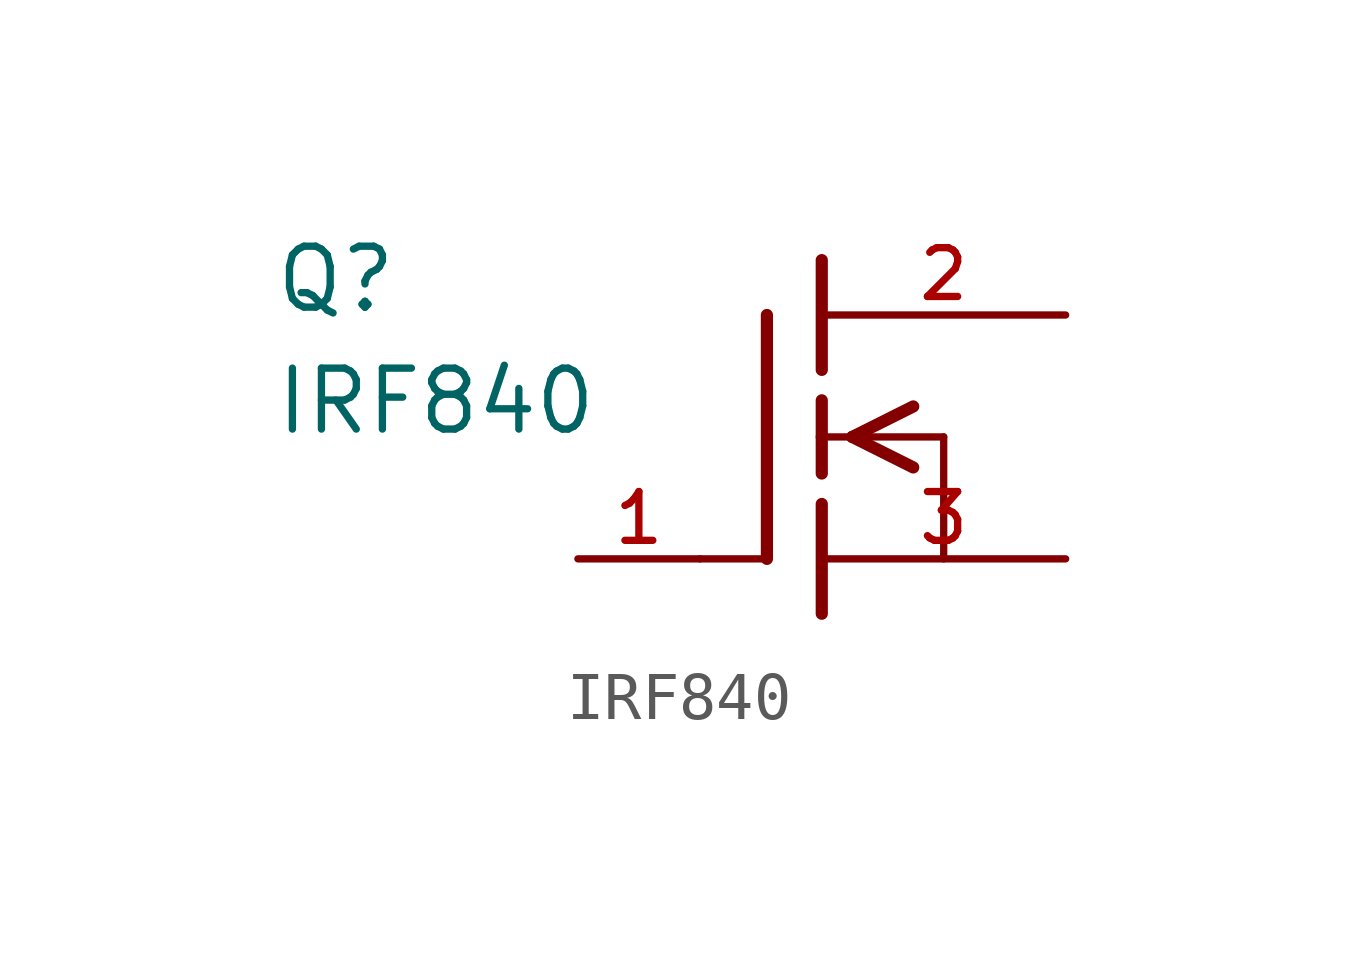
<source format=kicad_sym>
(kicad_symbol_lib
  (version 20211014)
  (generator kicad_symbol_editor)
  (symbol "IRF840"
    (pin_names
      (offset 1.016))
    (property "Reference" "Q"
      (at -11.43 2.54 0)
      (effects (font (size 1.27 1.27)) (justify bottom left)))
    (property "Value" "IRF840"
      (at -11.43 0.0 0)
      (effects (font (size 1.27 1.27)) (justify bottom left)))
    (symbol "IRF840_0_0"
      (polyline (pts (xy -2.54 -2.54) (xy -1.219 -2.54)) (stroke (width 0.152)))
      (polyline (pts (xy 0.0 0.762) (xy 0.0 0.0)) (stroke (width 0.254)))
      (polyline (pts (xy 0.0 0.0) (xy 0.0 -0.762)) (stroke (width 0.254)))
      (polyline (pts (xy 0.0 3.683) (xy 0.0 1.397)) (stroke (width 0.254)))
      (polyline (pts (xy 1.905 0.635) (xy 0.635 0.0)) (stroke (width 0.254)))
      (polyline (pts (xy 1.905 -0.635) (xy 0.635 0.0)) (stroke (width 0.254)))
      (polyline (pts (xy 0.0 0.0) (xy 0.635 0.0)) (stroke (width 0.152)))
      (polyline (pts (xy 0.635 0.0) (xy 2.54 0.0)) (stroke (width 0.152)))
      (polyline (pts (xy 2.54 0.0) (xy 2.54 -2.54)) (stroke (width 0.152)))
      (polyline (pts (xy 0.0 -1.397) (xy 0.0 -3.683)) (stroke (width 0.254)))
      (polyline (pts (xy -1.143 2.54) (xy -1.143 -2.54)) (stroke (width 0.254)))
      (pin passive line (at 5.08 2.54 180.0) (length 5.08) (name "~" (effects (font (size 1.016 1.016)))) (number "2" (effects (font (size 1.016 1.016)))))
      (pin passive line (at 5.08 -2.54 180.0) (length 5.08) (name "~" (effects (font (size 1.016 1.016)))) (number "3" (effects (font (size 1.016 1.016)))))
      (pin passive line (at -5.08 -2.54 0) (length 2.54) (name "~" (effects (font (size 1.016 1.016)))) (number "1" (effects (font (size 1.016 1.016))))))))
</source>
